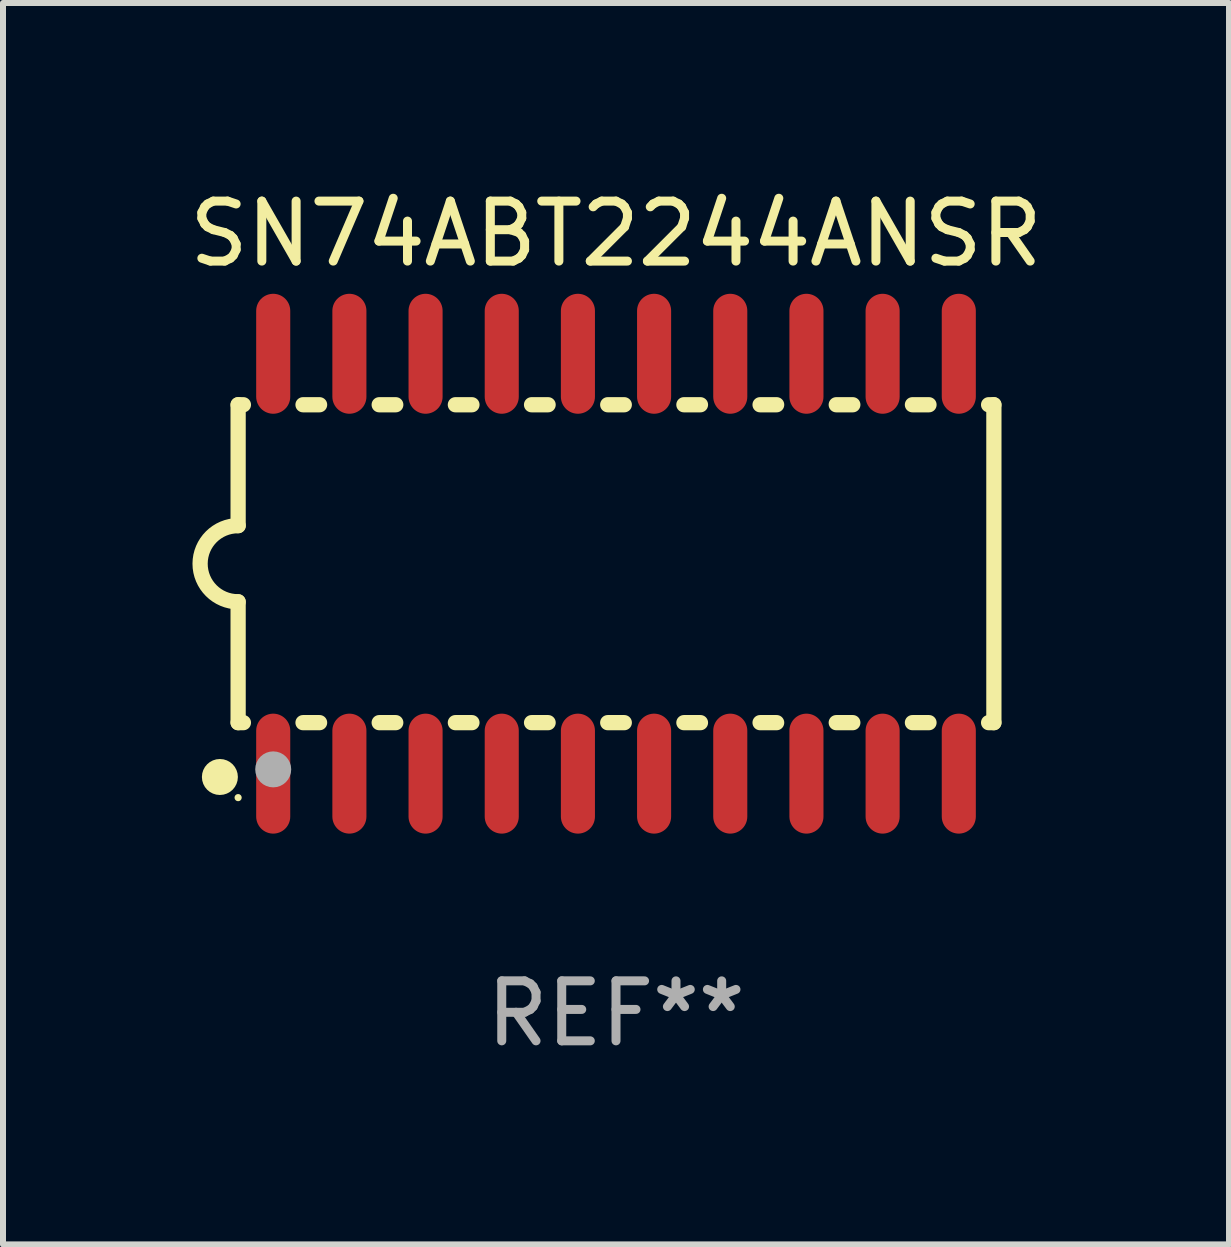
<source format=kicad_pcb>
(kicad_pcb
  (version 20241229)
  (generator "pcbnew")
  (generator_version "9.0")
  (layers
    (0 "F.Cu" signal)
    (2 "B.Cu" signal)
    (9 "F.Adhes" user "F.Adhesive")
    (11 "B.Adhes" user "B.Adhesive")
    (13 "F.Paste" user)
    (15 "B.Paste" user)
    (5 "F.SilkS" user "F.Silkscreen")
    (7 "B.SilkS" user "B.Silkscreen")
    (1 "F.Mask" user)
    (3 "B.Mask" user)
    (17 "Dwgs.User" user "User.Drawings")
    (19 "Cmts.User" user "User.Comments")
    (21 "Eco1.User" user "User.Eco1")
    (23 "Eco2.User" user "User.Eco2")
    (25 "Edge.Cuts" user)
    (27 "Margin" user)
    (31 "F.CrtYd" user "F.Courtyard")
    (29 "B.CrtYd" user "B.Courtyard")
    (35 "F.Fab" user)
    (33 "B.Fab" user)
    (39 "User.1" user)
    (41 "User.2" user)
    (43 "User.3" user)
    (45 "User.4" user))
  (footprint "SN74ABT2244ANSR"
    (layer "F.Cu")
    (at 7.22 6.348)
    (property "Reference" "SN74ABT2244ANSR" (at 0 -5.5 0) (layer "F.SilkS") (effects (font (size 1 1) (thickness 0.15))))
    (attr through_hole)
    (fp_line (start -6.3 -2.65) (end -6.3 -0.635) (stroke (width 0.254) (type solid)) (layer "F.SilkS"))
    (fp_line (start -6.3 -2.65) (end -6.212 -2.65) (stroke (width 0.254) (type solid)) (layer "F.SilkS"))
    (fp_line (start -6.3 2.65) (end -6.3 0.635) (stroke (width 0.254) (type solid)) (layer "F.SilkS"))
    (fp_line (start -6.3 2.65) (end -6.212 2.65) (stroke (width 0.254) (type solid)) (layer "F.SilkS"))
    (fp_line (start -5.218 -2.65) (end -4.942 -2.65) (stroke (width 0.254) (type solid)) (layer "F.SilkS"))
    (fp_line (start -5.218 2.65) (end -4.942 2.65) (stroke (width 0.254) (type solid)) (layer "F.SilkS"))
    (fp_line (start -3.948 -2.65) (end -3.672 -2.65) (stroke (width 0.254) (type solid)) (layer "F.SilkS"))
    (fp_line (start -3.948 2.65) (end -3.672 2.65) (stroke (width 0.254) (type solid)) (layer "F.SilkS"))
    (fp_line (start -2.678 -2.65) (end -2.402 -2.65) (stroke (width 0.254) (type solid)) (layer "F.SilkS"))
    (fp_line (start -2.678 2.65) (end -2.402 2.65) (stroke (width 0.254) (type solid)) (layer "F.SilkS"))
    (fp_line (start -1.408 -2.65) (end -1.132 -2.65) (stroke (width 0.254) (type solid)) (layer "F.SilkS"))
    (fp_line (start -1.408 2.65) (end -1.132 2.65) (stroke (width 0.254) (type solid)) (layer "F.SilkS"))
    (fp_line (start -0.138 -2.65) (end 0.138 -2.65) (stroke (width 0.254) (type solid)) (layer "F.SilkS"))
    (fp_line (start -0.138 2.65) (end 0.138 2.65) (stroke (width 0.254) (type solid)) (layer "F.SilkS"))
    (fp_line (start 1.132 -2.65) (end 1.408 -2.65) (stroke (width 0.254) (type solid)) (layer "F.SilkS"))
    (fp_line (start 1.132 2.65) (end 1.408 2.65) (stroke (width 0.254) (type solid)) (layer "F.SilkS"))
    (fp_line (start 2.402 -2.65) (end 2.678 -2.65) (stroke (width 0.254) (type solid)) (layer "F.SilkS"))
    (fp_line (start 2.402 2.65) (end 2.678 2.65) (stroke (width 0.254) (type solid)) (layer "F.SilkS"))
    (fp_line (start 3.672 -2.65) (end 3.948 -2.65) (stroke (width 0.254) (type solid)) (layer "F.SilkS"))
    (fp_line (start 3.672 2.65) (end 3.948 2.65) (stroke (width 0.254) (type solid)) (layer "F.SilkS"))
    (fp_line (start 4.942 -2.65) (end 5.218 -2.65) (stroke (width 0.254) (type solid)) (layer "F.SilkS"))
    (fp_line (start 4.942 2.65) (end 5.218 2.65) (stroke (width 0.254) (type solid)) (layer "F.SilkS"))
    (fp_line (start 6.212 -2.65) (end 6.3 -2.65) (stroke (width 0.254) (type solid)) (layer "F.SilkS"))
    (fp_line (start 6.212 2.65) (end 6.3 2.65) (stroke (width 0.254) (type solid)) (layer "F.SilkS"))
    (fp_line (start 6.3 -2.65) (end 6.3 2.65) (stroke (width 0.254) (type solid)) (layer "F.SilkS"))
    (fp_arc (start -6.299975 0.634874) (mid -6.933579 0.000127) (end -6.299213 -0.633858) (stroke (width 0.254001) (type solid)) (layer "F.SilkS"))
    (fp_circle (center -6.604 3.556) (end -6.454 3.556) (stroke (width 0.3) (type solid)) (fill no) (layer "F.SilkS"))
    (fp_circle (center -6.3 3.9) (end -6.27 3.9) (stroke (width 0.06) (type solid)) (fill no) (layer "F.SilkS"))
    (fp_circle (center -5.715 3.429) (end -5.565 3.429) (stroke (width 0.3) (type solid)) (fill no) (layer "F.Fab"))
    (fp_text user "REF**" (at 0 7.5 0) (layer "F.Fab") (effects (font (size 1 1) (thickness 0.15))))
    (pad "1" smd oval (at -5.715 3.5) (size 0.568 2) (layers "F.Cu" "F.Mask" "F.Paste"))
    (pad "2" smd oval (at -4.445 3.5) (size 0.568 2) (layers "F.Cu" "F.Mask" "F.Paste"))
    (pad "3" smd oval (at -3.175 3.5) (size 0.568 2) (layers "F.Cu" "F.Mask" "F.Paste"))
    (pad "4" smd oval (at -1.905 3.5) (size 0.568 2) (layers "F.Cu" "F.Mask" "F.Paste"))
    (pad "5" smd oval (at -0.635 3.5) (size 0.568 2) (layers "F.Cu" "F.Mask" "F.Paste"))
    (pad "6" smd oval (at 0.635 3.5) (size 0.568 2) (layers "F.Cu" "F.Mask" "F.Paste"))
    (pad "7" smd oval (at 1.905 3.5) (size 0.568 2) (layers "F.Cu" "F.Mask" "F.Paste"))
    (pad "8" smd oval (at 3.175 3.5) (size 0.568 2) (layers "F.Cu" "F.Mask" "F.Paste"))
    (pad "9" smd oval (at 4.445 3.5) (size 0.568 2) (layers "F.Cu" "F.Mask" "F.Paste"))
    (pad "10" smd oval (at 5.715 3.5) (size 0.568 2) (layers "F.Cu" "F.Mask" "F.Paste"))
    (pad "11" smd oval (at 5.715 -3.5) (size 0.568 2) (layers "F.Cu" "F.Mask" "F.Paste"))
    (pad "12" smd oval (at 4.445 -3.5) (size 0.568 2) (layers "F.Cu" "F.Mask" "F.Paste"))
    (pad "13" smd oval (at 3.175 -3.5) (size 0.568 2) (layers "F.Cu" "F.Mask" "F.Paste"))
    (pad "14" smd oval (at 1.905 -3.5) (size 0.568 2) (layers "F.Cu" "F.Mask" "F.Paste"))
    (pad "15" smd oval (at 0.635 -3.5) (size 0.568 2) (layers "F.Cu" "F.Mask" "F.Paste"))
    (pad "16" smd oval (at -0.635 -3.5) (size 0.568 2) (layers "F.Cu" "F.Mask" "F.Paste"))
    (pad "17" smd oval (at -1.905 -3.5) (size 0.568 2) (layers "F.Cu" "F.Mask" "F.Paste"))
    (pad "18" smd oval (at -3.175 -3.5) (size 0.568 2) (layers "F.Cu" "F.Mask" "F.Paste"))
    (pad "19" smd oval (at -4.445 -3.5) (size 0.568 2) (layers "F.Cu" "F.Mask" "F.Paste"))
    (pad "20" smd oval (at -5.715 -3.5) (size 0.568 2) (layers "F.Cu" "F.Mask" "F.Paste")))
  (gr_rect
    (start -3 -3)
    (end 17.44 17.697)
    (stroke (width 0.1) (type default))
    (fill no)
    (layer "Edge.Cuts")))
</source>
